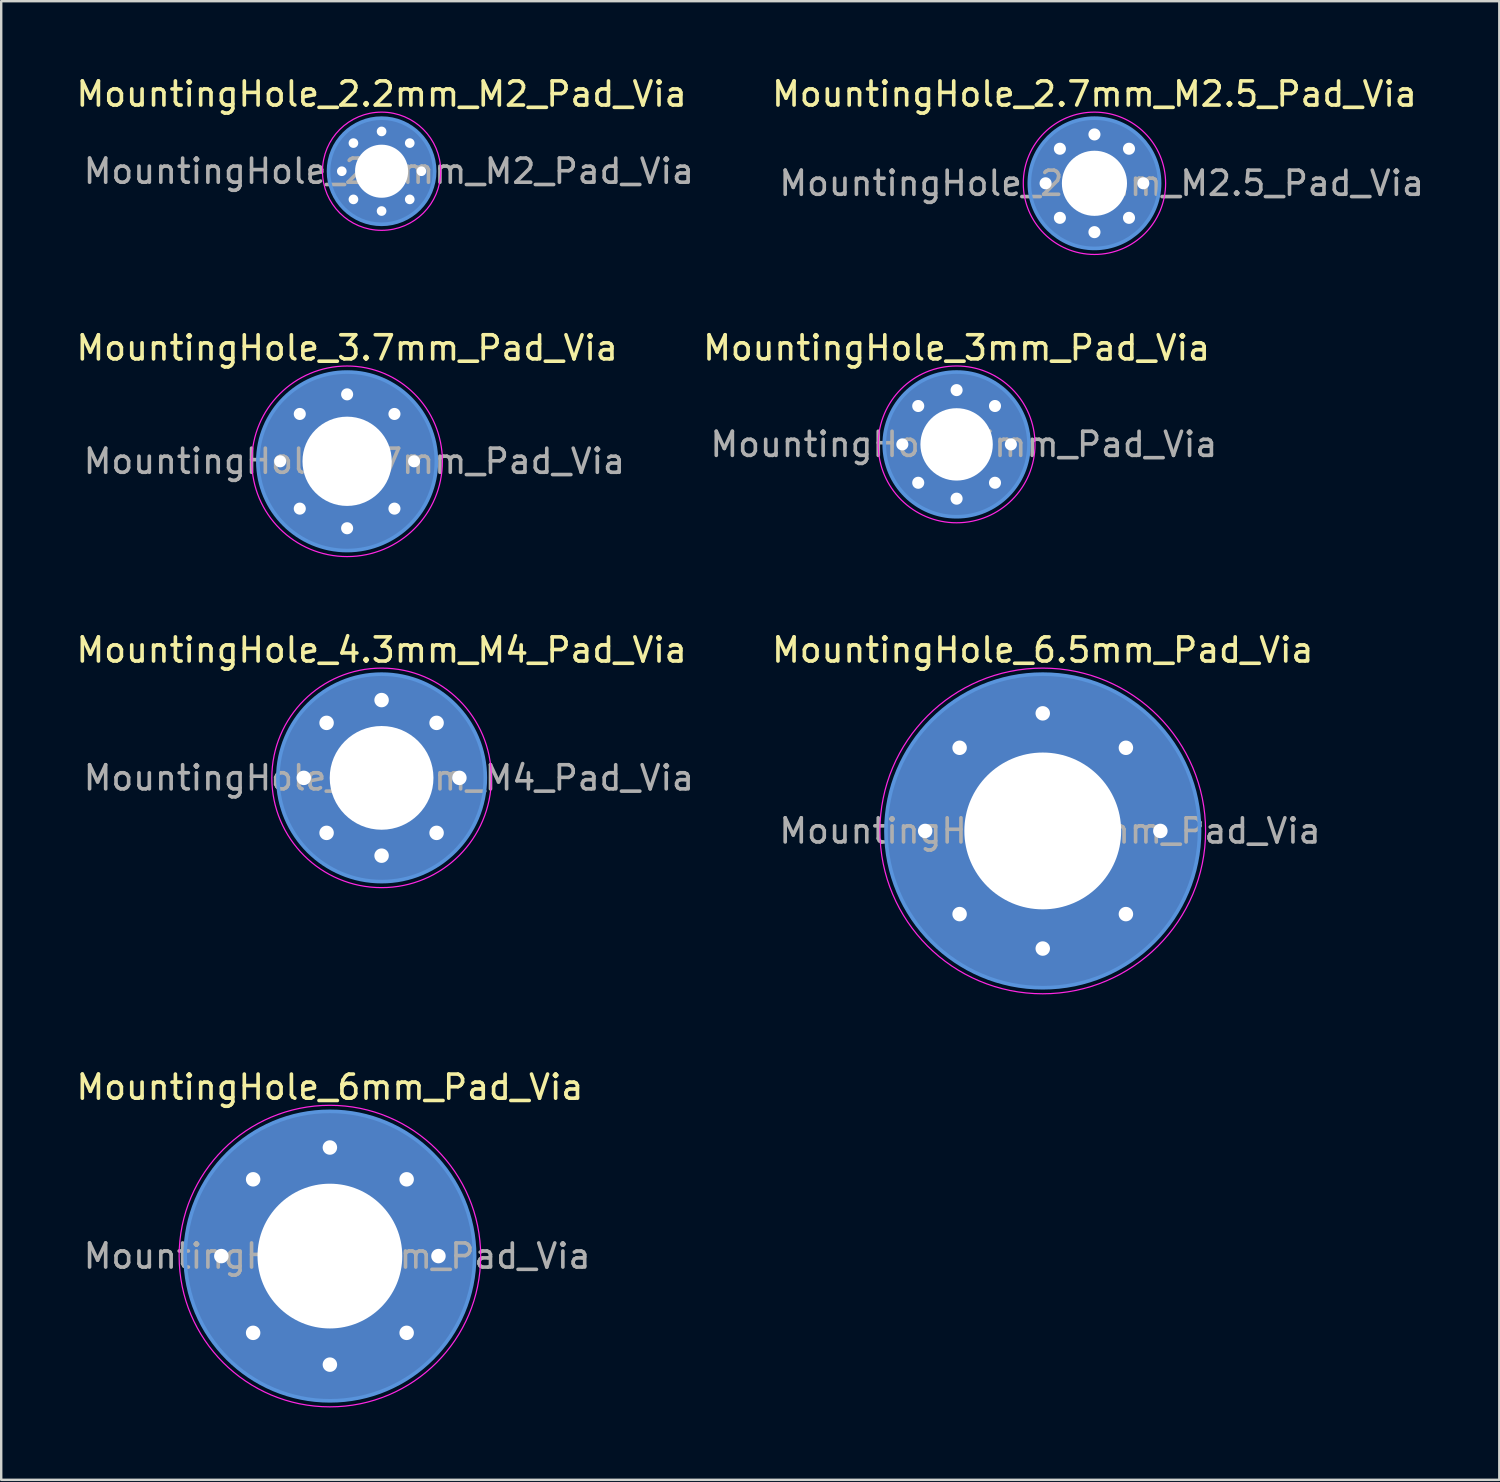
<source format=kicad_pcb>
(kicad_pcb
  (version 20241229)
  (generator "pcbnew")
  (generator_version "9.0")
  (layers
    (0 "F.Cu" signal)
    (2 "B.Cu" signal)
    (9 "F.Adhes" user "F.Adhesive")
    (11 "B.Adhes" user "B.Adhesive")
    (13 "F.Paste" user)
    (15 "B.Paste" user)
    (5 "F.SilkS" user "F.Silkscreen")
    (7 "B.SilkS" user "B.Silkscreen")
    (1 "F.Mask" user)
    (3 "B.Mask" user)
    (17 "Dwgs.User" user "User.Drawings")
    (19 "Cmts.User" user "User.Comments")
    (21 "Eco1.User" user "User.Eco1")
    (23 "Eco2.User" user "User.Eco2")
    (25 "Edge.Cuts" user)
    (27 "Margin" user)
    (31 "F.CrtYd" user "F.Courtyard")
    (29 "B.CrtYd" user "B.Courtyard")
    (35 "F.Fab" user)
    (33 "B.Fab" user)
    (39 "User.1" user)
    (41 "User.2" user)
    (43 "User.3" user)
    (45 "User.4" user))
  (footprint "MountingHole_6mm_Pad_Via"
    (layer "F.Cu")
    (at 10.625 49.018)
    (property "Reference" "MountingHole_6mm_Pad_Via" (at 0 -7 0) (layer "F.SilkS") (effects (font (size 1 1) (thickness 0.15))))
    (attr exclude_from_pos_files exclude_from_bom)
    (fp_circle (center 0 0) (end 6 0) (stroke (width 0.15) (type solid)) (fill no) (layer "Cmts.User"))
    (fp_circle (center 0 0) (end 6.25 0) (stroke (width 0.05) (type solid)) (fill no) (layer "F.CrtYd"))
    (fp_text user "${REFERENCE}" (at 0.3 0 0) (layer "F.Fab") (effects (font (size 1 1) (thickness 0.15))))
    (pad "" thru_hole circle (at -4.5 0) (size 0.9 0.9) (drill 0.6) (layers "*.Cu" "*.Mask"))
    (pad "" thru_hole circle (at -3.182 -3.182) (size 0.9 0.9) (drill 0.6) (layers "*.Cu" "*.Mask"))
    (pad "" thru_hole circle (at -3.182 3.182) (size 0.9 0.9) (drill 0.6) (layers "*.Cu" "*.Mask"))
    (pad "" thru_hole circle (at 0 -4.5) (size 0.9 0.9) (drill 0.6) (layers "*.Cu" "*.Mask"))
    (pad "" thru_hole circle (at 0 4.5) (size 0.9 0.9) (drill 0.6) (layers "*.Cu" "*.Mask"))
    (pad "" thru_hole circle (at 3.182 -3.182) (size 0.9 0.9) (drill 0.6) (layers "*.Cu" "*.Mask"))
    (pad "" thru_hole circle (at 3.182 3.182) (size 0.9 0.9) (drill 0.6) (layers "*.Cu" "*.Mask"))
    (pad "" thru_hole circle (at 4.5 0) (size 0.9 0.9) (drill 0.6) (layers "*.Cu" "*.Mask"))
    (pad "1" thru_hole circle (at 0 0) (size 12 12) (drill 6) (layers "*.Cu" "*.Mask")))
  (footprint "MountingHole_3.7mm_Pad_Via"
    (layer "F.Cu")
    (at 11.339 16.072)
    (property "Reference" "MountingHole_3.7mm_Pad_Via" (at 0 -4.7 0) (layer "F.SilkS") (effects (font (size 1 1) (thickness 0.15))))
    (attr exclude_from_pos_files exclude_from_bom)
    (fp_circle (center 0 0) (end 3.7 0) (stroke (width 0.15) (type solid)) (fill no) (layer "Cmts.User"))
    (fp_circle (center 0 0) (end 3.95 0) (stroke (width 0.05) (type solid)) (fill no) (layer "F.CrtYd"))
    (fp_text user "${REFERENCE}" (at 0.3 0 0) (layer "F.Fab") (effects (font (size 1 1) (thickness 0.15))))
    (pad "" thru_hole circle (at -2.775 0) (size 0.8 0.8) (drill 0.5) (layers "*.Cu" "*.Mask"))
    (pad "" thru_hole circle (at -1.962 -1.962) (size 0.8 0.8) (drill 0.5) (layers "*.Cu" "*.Mask"))
    (pad "" thru_hole circle (at -1.962 1.962) (size 0.8 0.8) (drill 0.5) (layers "*.Cu" "*.Mask"))
    (pad "" thru_hole circle (at 0 -2.775) (size 0.8 0.8) (drill 0.5) (layers "*.Cu" "*.Mask"))
    (pad "" thru_hole circle (at 0 2.775) (size 0.8 0.8) (drill 0.5) (layers "*.Cu" "*.Mask"))
    (pad "" thru_hole circle (at 1.962 -1.962) (size 0.8 0.8) (drill 0.5) (layers "*.Cu" "*.Mask"))
    (pad "" thru_hole circle (at 1.962 1.962) (size 0.8 0.8) (drill 0.5) (layers "*.Cu" "*.Mask"))
    (pad "" thru_hole circle (at 2.775 0) (size 0.8 0.8) (drill 0.5) (layers "*.Cu" "*.Mask"))
    (pad "1" thru_hole circle (at 0 0) (size 7.4 7.4) (drill 3.7) (layers "*.Cu" "*.Mask")))
  (footprint "MountingHole_6.5mm_Pad_Via"
    (layer "F.Cu")
    (at 40.175 31.395)
    (property "Reference" "MountingHole_6.5mm_Pad_Via" (at 0 -7.5 0) (layer "F.SilkS") (effects (font (size 1 1) (thickness 0.15))))
    (attr exclude_from_pos_files exclude_from_bom)
    (fp_circle (center 0 0) (end 6.5 0) (stroke (width 0.15) (type solid)) (fill no) (layer "Cmts.User"))
    (fp_circle (center 0 0) (end 6.75 0) (stroke (width 0.05) (type solid)) (fill no) (layer "F.CrtYd"))
    (fp_text user "${REFERENCE}" (at 0.3 0 0) (layer "F.Fab") (effects (font (size 1 1) (thickness 0.15))))
    (pad "" thru_hole circle (at -4.875 0) (size 0.9 0.9) (drill 0.6) (layers "*.Cu" "*.Mask"))
    (pad "" thru_hole circle (at -3.447 -3.447) (size 0.9 0.9) (drill 0.6) (layers "*.Cu" "*.Mask"))
    (pad "" thru_hole circle (at -3.447 3.447) (size 0.9 0.9) (drill 0.6) (layers "*.Cu" "*.Mask"))
    (pad "" thru_hole circle (at 0 -4.875) (size 0.9 0.9) (drill 0.6) (layers "*.Cu" "*.Mask"))
    (pad "" thru_hole circle (at 0 4.875) (size 0.9 0.9) (drill 0.6) (layers "*.Cu" "*.Mask"))
    (pad "" thru_hole circle (at 3.447 -3.447) (size 0.9 0.9) (drill 0.6) (layers "*.Cu" "*.Mask"))
    (pad "" thru_hole circle (at 3.447 3.447) (size 0.9 0.9) (drill 0.6) (layers "*.Cu" "*.Mask"))
    (pad "" thru_hole circle (at 4.875 0) (size 0.9 0.9) (drill 0.6) (layers "*.Cu" "*.Mask"))
    (pad "1" thru_hole circle (at 0 0) (size 13 13) (drill 6.5) (layers "*.Cu" "*.Mask")))
  (footprint "MountingHole_2.7mm_M2.5_Pad_Via"
    (layer "F.Cu")
    (at 42.318 4.548)
    (property "Reference" "MountingHole_2.7mm_M2.5_Pad_Via" (at 0 -3.7 0) (layer "F.SilkS") (effects (font (size 1 1) (thickness 0.15))))
    (attr exclude_from_pos_files exclude_from_bom)
    (fp_circle (center 0 0) (end 2.7 0) (stroke (width 0.15) (type solid)) (fill no) (layer "Cmts.User"))
    (fp_circle (center 0 0) (end 2.95 0) (stroke (width 0.05) (type solid)) (fill no) (layer "F.CrtYd"))
    (fp_text user "${REFERENCE}" (at 0.3 0 0) (layer "F.Fab") (effects (font (size 1 1) (thickness 0.15))))
    (pad "" thru_hole circle (at -2.025 0) (size 0.8 0.8) (drill 0.5) (layers "*.Cu" "*.Mask"))
    (pad "" thru_hole circle (at -1.432 -1.432) (size 0.8 0.8) (drill 0.5) (layers "*.Cu" "*.Mask"))
    (pad "" thru_hole circle (at -1.432 1.432) (size 0.8 0.8) (drill 0.5) (layers "*.Cu" "*.Mask"))
    (pad "" thru_hole circle (at 0 -2.025) (size 0.8 0.8) (drill 0.5) (layers "*.Cu" "*.Mask"))
    (pad "" thru_hole circle (at 0 2.025) (size 0.8 0.8) (drill 0.5) (layers "*.Cu" "*.Mask"))
    (pad "" thru_hole circle (at 1.432 -1.432) (size 0.8 0.8) (drill 0.5) (layers "*.Cu" "*.Mask"))
    (pad "" thru_hole circle (at 1.432 1.432) (size 0.8 0.8) (drill 0.5) (layers "*.Cu" "*.Mask"))
    (pad "" thru_hole circle (at 2.025 0) (size 0.8 0.8) (drill 0.5) (layers "*.Cu" "*.Mask"))
    (pad "1" thru_hole circle (at 0 0) (size 5.4 5.4) (drill 2.7) (layers "*.Cu" "*.Mask")))
  (footprint "MountingHole_3mm_Pad_Via"
    (layer "F.Cu")
    (at 36.604 15.371)
    (property "Reference" "MountingHole_3mm_Pad_Via" (at 0 -4 0) (layer "F.SilkS") (effects (font (size 1 1) (thickness 0.15))))
    (attr exclude_from_pos_files exclude_from_bom)
    (fp_circle (center 0 0) (end 3 0) (stroke (width 0.15) (type solid)) (fill no) (layer "Cmts.User"))
    (fp_circle (center 0 0) (end 3.25 0) (stroke (width 0.05) (type solid)) (fill no) (layer "F.CrtYd"))
    (fp_text user "${REFERENCE}" (at 0.3 0 0) (layer "F.Fab") (effects (font (size 1 1) (thickness 0.15))))
    (pad "" thru_hole circle (at -2.25 0) (size 0.8 0.8) (drill 0.5) (layers "*.Cu" "*.Mask"))
    (pad "" thru_hole circle (at -1.591 -1.591) (size 0.8 0.8) (drill 0.5) (layers "*.Cu" "*.Mask"))
    (pad "" thru_hole circle (at -1.591 1.591) (size 0.8 0.8) (drill 0.5) (layers "*.Cu" "*.Mask"))
    (pad "" thru_hole circle (at 0 -2.25) (size 0.8 0.8) (drill 0.5) (layers "*.Cu" "*.Mask"))
    (pad "" thru_hole circle (at 0 2.25) (size 0.8 0.8) (drill 0.5) (layers "*.Cu" "*.Mask"))
    (pad "" thru_hole circle (at 1.591 -1.591) (size 0.8 0.8) (drill 0.5) (layers "*.Cu" "*.Mask"))
    (pad "" thru_hole circle (at 1.591 1.591) (size 0.8 0.8) (drill 0.5) (layers "*.Cu" "*.Mask"))
    (pad "" thru_hole circle (at 2.25 0) (size 0.8 0.8) (drill 0.5) (layers "*.Cu" "*.Mask"))
    (pad "1" thru_hole circle (at 0 0) (size 6 6) (drill 3) (layers "*.Cu" "*.Mask")))
  (footprint "MountingHole_2.2mm_M2_Pad_Via"
    (layer "F.Cu")
    (at 12.768 4.048)
    (property "Reference" "MountingHole_2.2mm_M2_Pad_Via" (at 0 -3.2 0) (layer "F.SilkS") (effects (font (size 1 1) (thickness 0.15))))
    (attr exclude_from_pos_files exclude_from_bom)
    (fp_circle (center 0 0) (end 2.2 0) (stroke (width 0.15) (type solid)) (fill no) (layer "Cmts.User"))
    (fp_circle (center 0 0) (end 2.45 0) (stroke (width 0.05) (type solid)) (fill no) (layer "F.CrtYd"))
    (fp_text user "${REFERENCE}" (at 0.3 0 0) (layer "F.Fab") (effects (font (size 1 1) (thickness 0.15))))
    (pad "" thru_hole circle (at -1.65 0) (size 0.7 0.7) (drill 0.4) (layers "*.Cu" "*.Mask"))
    (pad "" thru_hole circle (at -1.167 -1.167) (size 0.7 0.7) (drill 0.4) (layers "*.Cu" "*.Mask"))
    (pad "" thru_hole circle (at -1.167 1.167) (size 0.7 0.7) (drill 0.4) (layers "*.Cu" "*.Mask"))
    (pad "" thru_hole circle (at 0 -1.65) (size 0.7 0.7) (drill 0.4) (layers "*.Cu" "*.Mask"))
    (pad "" thru_hole circle (at 0 1.65) (size 0.7 0.7) (drill 0.4) (layers "*.Cu" "*.Mask"))
    (pad "" thru_hole circle (at 1.167 -1.167) (size 0.7 0.7) (drill 0.4) (layers "*.Cu" "*.Mask"))
    (pad "" thru_hole circle (at 1.167 1.167) (size 0.7 0.7) (drill 0.4) (layers "*.Cu" "*.Mask"))
    (pad "" thru_hole circle (at 1.65 0) (size 0.7 0.7) (drill 0.4) (layers "*.Cu" "*.Mask"))
    (pad "1" thru_hole circle (at 0 0) (size 4.4 4.4) (drill 2.2) (layers "*.Cu" "*.Mask")))
  (footprint "MountingHole_4.3mm_M4_Pad_Via"
    (layer "F.Cu")
    (at 12.768 29.195)
    (property "Reference" "MountingHole_4.3mm_M4_Pad_Via" (at 0 -5.3 0) (layer "F.SilkS") (effects (font (size 1 1) (thickness 0.15))))
    (attr exclude_from_pos_files exclude_from_bom)
    (fp_circle (center 0 0) (end 4.3 0) (stroke (width 0.15) (type solid)) (fill no) (layer "Cmts.User"))
    (fp_circle (center 0 0) (end 4.55 0) (stroke (width 0.05) (type solid)) (fill no) (layer "F.CrtYd"))
    (fp_text user "${REFERENCE}" (at 0.3 0 0) (layer "F.Fab") (effects (font (size 1 1) (thickness 0.15))))
    (pad "" thru_hole circle (at -3.225 0) (size 0.9 0.9) (drill 0.6) (layers "*.Cu" "*.Mask"))
    (pad "" thru_hole circle (at -2.28 -2.28) (size 0.9 0.9) (drill 0.6) (layers "*.Cu" "*.Mask"))
    (pad "" thru_hole circle (at -2.28 2.28) (size 0.9 0.9) (drill 0.6) (layers "*.Cu" "*.Mask"))
    (pad "" thru_hole circle (at 0 -3.225) (size 0.9 0.9) (drill 0.6) (layers "*.Cu" "*.Mask"))
    (pad "" thru_hole circle (at 0 3.225) (size 0.9 0.9) (drill 0.6) (layers "*.Cu" "*.Mask"))
    (pad "" thru_hole circle (at 2.28 -2.28) (size 0.9 0.9) (drill 0.6) (layers "*.Cu" "*.Mask"))
    (pad "" thru_hole circle (at 2.28 2.28) (size 0.9 0.9) (drill 0.6) (layers "*.Cu" "*.Mask"))
    (pad "" thru_hole circle (at 3.225 0) (size 0.9 0.9) (drill 0.6) (layers "*.Cu" "*.Mask"))
    (pad "1" thru_hole circle (at 0 0) (size 8.6 8.6) (drill 4.3) (layers "*.Cu" "*.Mask")))
  (gr_rect
    (start -3 -3)
    (end 59.1 58.293)
    (stroke (width 0.1) (type default))
    (fill no)
    (layer "Edge.Cuts")))
</source>
